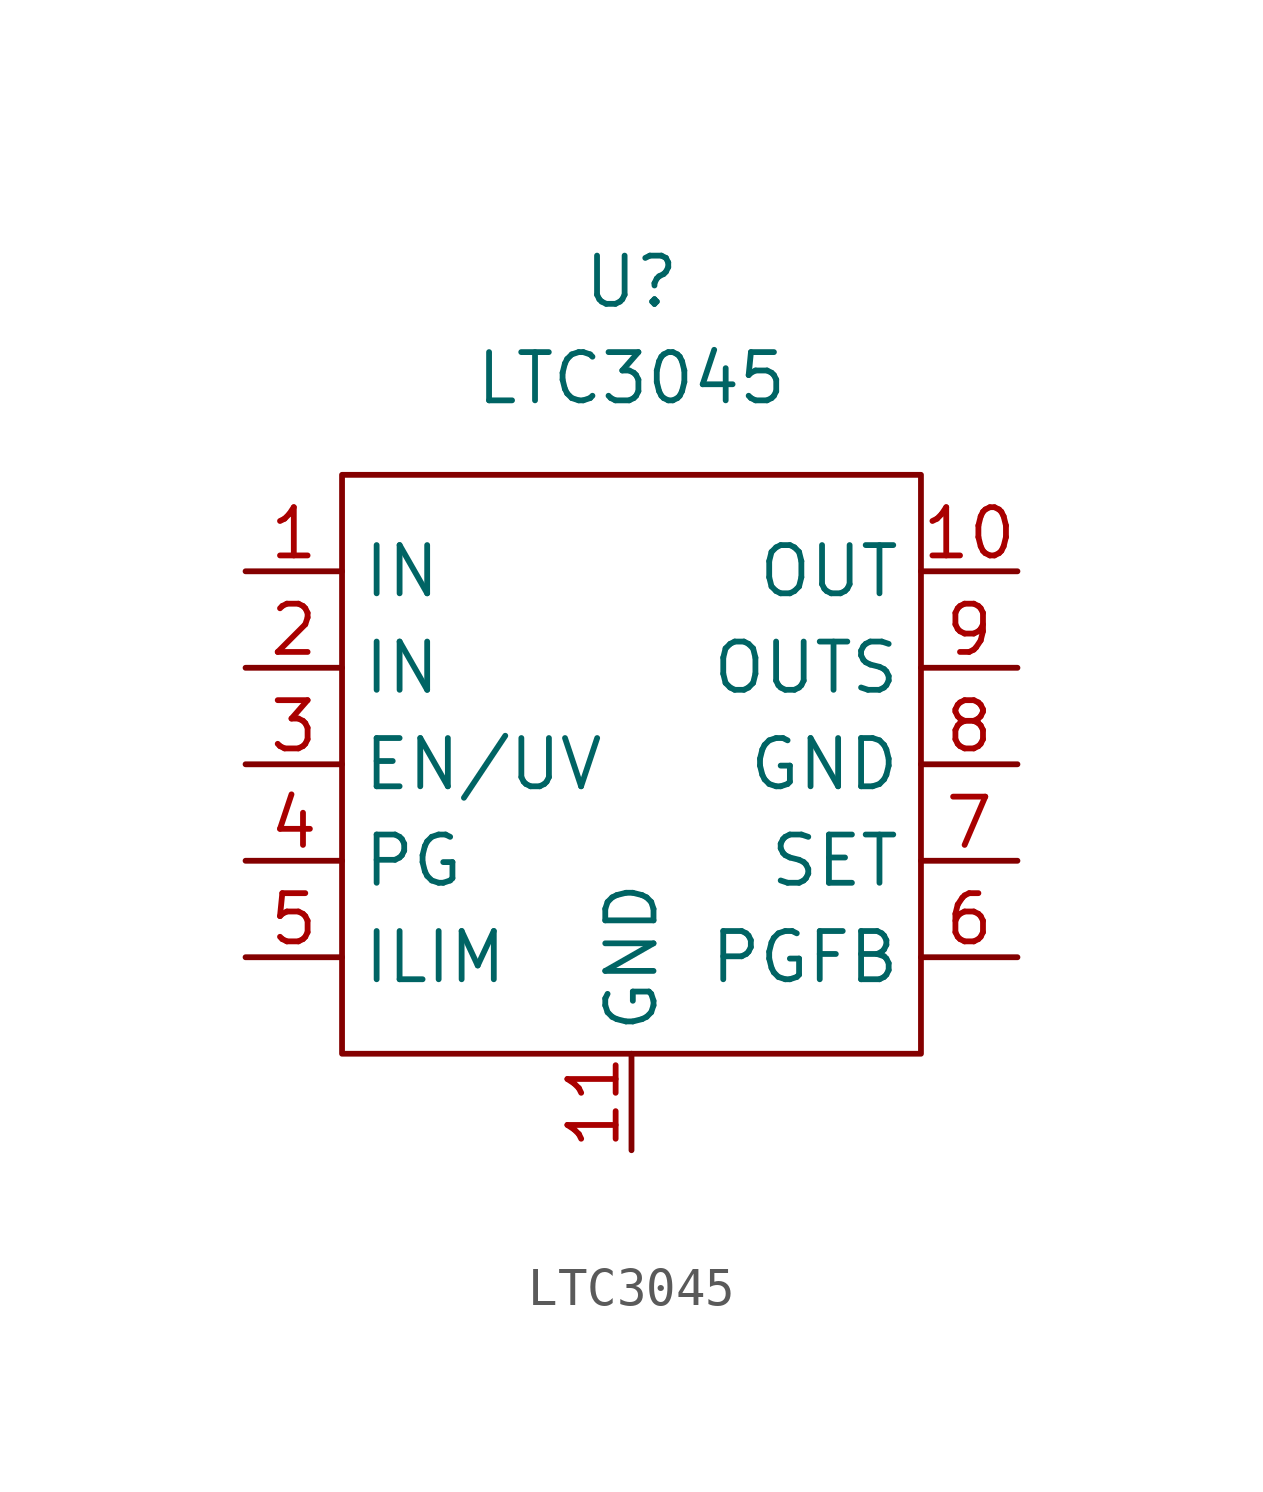
<source format=kicad_sym>
(kicad_symbol_lib
  (version 20211014)
  (generator kicad_symbol_editor)
  (symbol "LTC3045"
    (property "Reference" "U"
      (at 0 12.7 0)
      (effects (font (size 1.27 1.27))))
    (property "Value" "LTC3045"
      (at 0 10.16 0)
      (effects (font (size 1.27 1.27))))
    (symbol "LTC3045_0_1"
      (rectangle (start -7.62 7.62) (end 7.62 -7.62) (stroke (width 0.152) (type default) (color 0 0 0 0)) (fill (type none))))
    (symbol "LTC3045_1_1"
      (pin input line (at -10.16 5.08 0) (length 2.54) (name "IN" (effects (font (size 1.27 1.27)))) (number "1" (effects (font (size 1.27 1.27)))))
      (pin input line (at 10.16 5.08 180) (length 2.54) (name "OUT" (effects (font (size 1.27 1.27)))) (number "10" (effects (font (size 1.27 1.27)))))
      (pin input line (at 0 -10.16 90) (length 2.54) (name "GND" (effects (font (size 1.27 1.27)))) (number "11" (effects (font (size 1.27 1.27)))))
      (pin input line (at -10.16 2.54 0) (length 2.54) (name "IN" (effects (font (size 1.27 1.27)))) (number "2" (effects (font (size 1.27 1.27)))))
      (pin input line (at -10.16 0 0) (length 2.54) (name "EN/UV" (effects (font (size 1.27 1.27)))) (number "3" (effects (font (size 1.27 1.27)))))
      (pin input line (at -10.16 -2.54 0) (length 2.54) (name "PG" (effects (font (size 1.27 1.27)))) (number "4" (effects (font (size 1.27 1.27)))))
      (pin input line (at -10.16 -5.08 0) (length 2.54) (name "ILIM" (effects (font (size 1.27 1.27)))) (number "5" (effects (font (size 1.27 1.27)))))
      (pin input line (at 10.16 -5.08 180) (length 2.54) (name "PGFB" (effects (font (size 1.27 1.27)))) (number "6" (effects (font (size 1.27 1.27)))))
      (pin input line (at 10.16 -2.54 180) (length 2.54) (name "SET" (effects (font (size 1.27 1.27)))) (number "7" (effects (font (size 1.27 1.27)))))
      (pin input line (at 10.16 0 180) (length 2.54) (name "GND" (effects (font (size 1.27 1.27)))) (number "8" (effects (font (size 1.27 1.27)))))
      (pin input line (at 10.16 2.54 180) (length 2.54) (name "OUTS" (effects (font (size 1.27 1.27)))) (number "9" (effects (font (size 1.27 1.27))))))))
</source>
